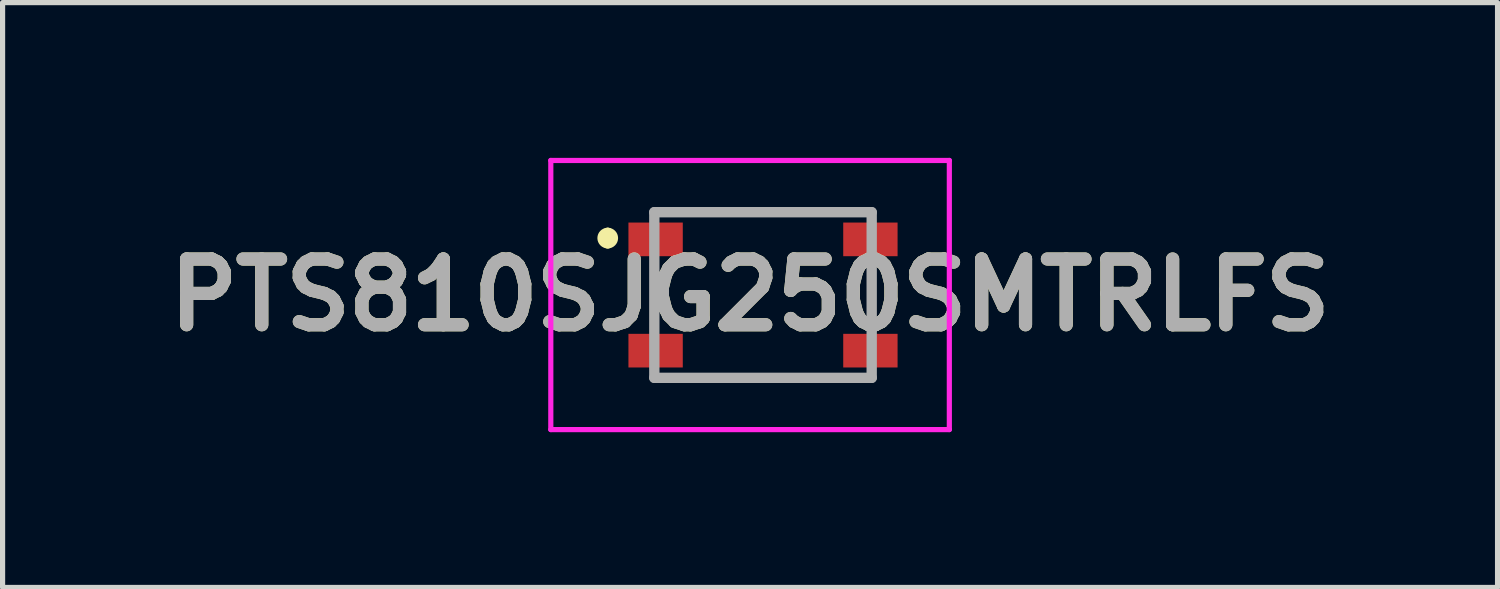
<source format=kicad_pcb>
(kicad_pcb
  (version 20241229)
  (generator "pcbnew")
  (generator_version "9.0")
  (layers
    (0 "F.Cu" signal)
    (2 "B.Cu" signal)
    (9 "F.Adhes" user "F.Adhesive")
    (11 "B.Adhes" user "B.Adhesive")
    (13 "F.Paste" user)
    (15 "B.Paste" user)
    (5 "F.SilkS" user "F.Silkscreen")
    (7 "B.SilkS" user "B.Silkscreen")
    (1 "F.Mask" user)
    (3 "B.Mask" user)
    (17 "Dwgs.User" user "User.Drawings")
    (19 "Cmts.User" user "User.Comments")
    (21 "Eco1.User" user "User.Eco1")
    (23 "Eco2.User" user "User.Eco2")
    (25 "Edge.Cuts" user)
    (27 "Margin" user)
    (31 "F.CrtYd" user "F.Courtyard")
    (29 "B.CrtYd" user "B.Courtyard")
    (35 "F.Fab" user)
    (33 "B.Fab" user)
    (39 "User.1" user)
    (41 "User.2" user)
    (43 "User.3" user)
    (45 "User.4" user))
  (footprint "PTS810SJG250SMTRLFS"
    (layer "F.Cu")
    (at 11.692 2.65)
    (property "Reference" "PTS810SJG250SMTRLFS" (at -0.25 0 0) (layer "F.SilkS") (effects (font (size 1.27 1.27) (thickness 0.254))))
    (attr smd)
    (fp_line (start -3 -1.2) (end -3 -1.2) (stroke (width 0.2) (type solid)) (layer "F.SilkS"))
    (fp_line (start -3 -1) (end -3 -1) (stroke (width 0.2) (type solid)) (layer "F.SilkS"))
    (fp_line (start -2.1 -1.6) (end 2.075 -1.6) (stroke (width 0.1) (type solid)) (layer "F.SilkS"))
    (fp_line (start -2.1 1.6) (end 2.075 1.6) (stroke (width 0.1) (type solid)) (layer "F.SilkS"))
    (fp_arc (start -3 -1.2) (mid -2.9 -1.1) (end -3 -1) (stroke (width 0.2) (type solid)) (layer "F.SilkS"))
    (fp_arc (start -3 -1) (mid -3.1 -1.1) (end -3 -1.2) (stroke (width 0.2) (type solid)) (layer "F.SilkS"))
    (fp_line (start -4.1 -2.6) (end 3.6 -2.6) (stroke (width 0.1) (type solid)) (layer "F.CrtYd"))
    (fp_line (start -4.1 2.6) (end -4.1 -2.6) (stroke (width 0.1) (type solid)) (layer "F.CrtYd"))
    (fp_line (start 3.6 -2.6) (end 3.6 2.6) (stroke (width 0.1) (type solid)) (layer "F.CrtYd"))
    (fp_line (start 3.6 2.6) (end -4.1 2.6) (stroke (width 0.1) (type solid)) (layer "F.CrtYd"))
    (fp_line (start -2.1 -1.6) (end 2.1 -1.6) (stroke (width 0.2) (type solid)) (layer "F.Fab"))
    (fp_line (start -2.1 1.6) (end -2.1 -1.6) (stroke (width 0.2) (type solid)) (layer "F.Fab"))
    (fp_line (start 2.1 -1.6) (end 2.1 1.6) (stroke (width 0.2) (type solid)) (layer "F.Fab"))
    (fp_line (start 2.1 1.6) (end -2.1 1.6) (stroke (width 0.2) (type solid)) (layer "F.Fab"))
    (fp_text user "${REFERENCE}" (at -0.25 0 0) (layer "F.Fab") (effects (font (size 1.27 1.27) (thickness 0.254))))
    (pad "1" smd rect (at -2.075 -1.075 90) (size 0.65 1.05) (layers "F.Cu" "F.Mask" "F.Paste"))
    (pad "2" smd rect (at 2.075 -1.075 90) (size 0.65 1.05) (layers "F.Cu" "F.Mask" "F.Paste"))
    (pad "3" smd rect (at -2.075 1.075 90) (size 0.65 1.05) (layers "F.Cu" "F.Mask" "F.Paste"))
    (pad "4" smd rect (at 2.075 1.075 90) (size 0.65 1.05) (layers "F.Cu" "F.Mask" "F.Paste")))
  (gr_rect
    (start -3 -3)
    (end 25.884 8.3)
    (stroke (width 0.1) (type default))
    (fill no)
    (layer "Edge.Cuts")))
</source>
